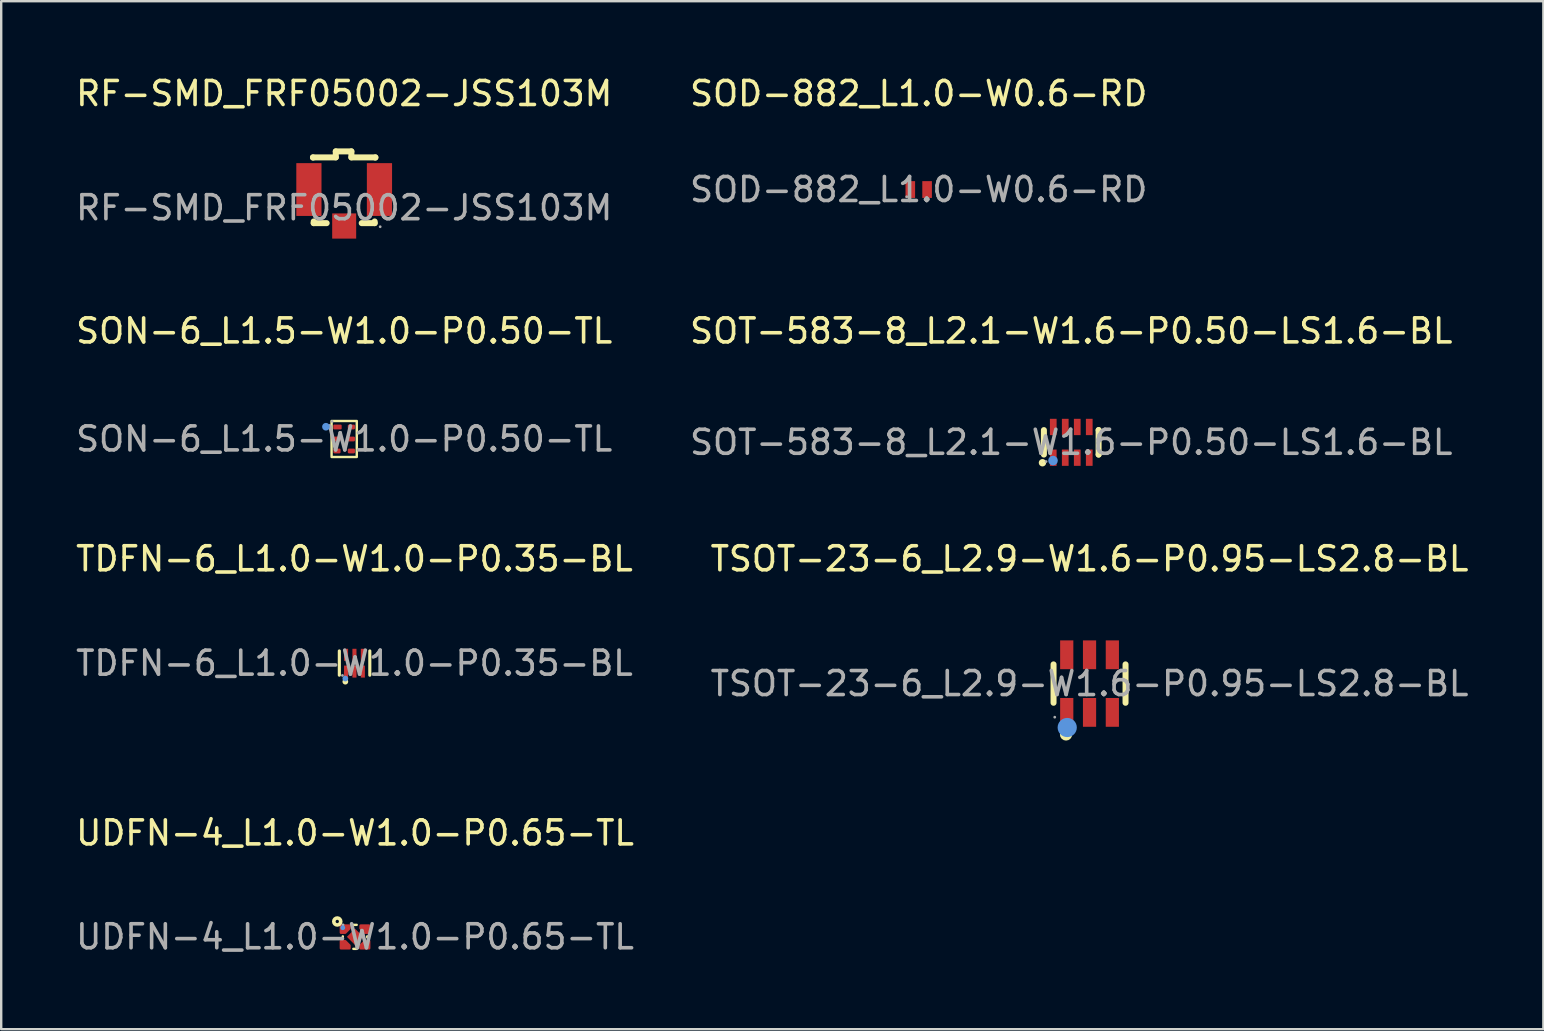
<source format=kicad_pcb>
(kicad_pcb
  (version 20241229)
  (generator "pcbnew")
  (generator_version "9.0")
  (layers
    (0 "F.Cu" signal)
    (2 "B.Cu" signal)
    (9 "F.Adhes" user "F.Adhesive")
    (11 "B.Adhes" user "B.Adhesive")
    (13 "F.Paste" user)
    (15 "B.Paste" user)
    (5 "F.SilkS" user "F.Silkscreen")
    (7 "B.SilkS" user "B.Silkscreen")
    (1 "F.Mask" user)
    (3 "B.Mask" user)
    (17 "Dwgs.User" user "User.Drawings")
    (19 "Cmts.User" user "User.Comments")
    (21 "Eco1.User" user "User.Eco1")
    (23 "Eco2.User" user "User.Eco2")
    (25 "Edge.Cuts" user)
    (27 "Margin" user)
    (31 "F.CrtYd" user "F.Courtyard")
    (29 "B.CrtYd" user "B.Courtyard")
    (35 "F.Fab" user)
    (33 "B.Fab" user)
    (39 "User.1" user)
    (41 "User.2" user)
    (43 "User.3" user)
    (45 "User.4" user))
  (footprint "TDFN-6_L1.0-W1.0-P0.35-BL"
    (layer "F.Cu")
    (at 11.72 24.585)
    (property "Reference" "TDFN-6_L1.0-W1.0-P0.35-BL" (at 0 -4.35 0) (layer "F.SilkS") (effects (font (size 1 1) (thickness 0.15))))
    (attr smd)
    (fp_line (start -0.63 -0.51) (end -0.63 0.5) (stroke (width 0.13) (type solid)) (layer "F.SilkS"))
    (fp_line (start 0.64 -0.51) (end 0.64 0.5) (stroke (width 0.13) (type solid)) (layer "F.SilkS"))
    (fp_circle (center -0.38 0.77) (end -0.32 0.77) (stroke (width 0.12) (type solid)) (fill no) (layer "F.SilkS"))
    (fp_circle (center -0.38 0.64) (end -0.32 0.64) (stroke (width 0.12) (type solid)) (fill no) (layer "Cmts.User"))
    (fp_circle (center -0.5 0.51) (end -0.47 0.51) (stroke (width 0.06) (type solid)) (fill no) (layer "F.Fab"))
    (fp_text user "${REFERENCE}" (at 0 0 0) (layer "F.Fab") (effects (font (size 1 1) (thickness 0.15))))
    (pad "1" smd rect (at -0.35 0.35) (size 0.17 0.5) (layers "F.Cu" "F.Mask" "F.Paste"))
    (pad "2" smd rect (at 0 0.35) (size 0.17 0.5) (layers "F.Cu" "F.Mask" "F.Paste"))
    (pad "3" smd rect (at 0.35 0.35) (size 0.17 0.5) (layers "F.Cu" "F.Mask" "F.Paste"))
    (pad "4" smd rect (at 0.35 -0.35) (size 0.17 0.5) (layers "F.Cu" "F.Mask" "F.Paste"))
    (pad "5" smd rect (at 0 -0.35) (size 0.17 0.5) (layers "F.Cu" "F.Mask" "F.Paste"))
    (pad "6" smd rect (at -0.35 -0.35) (size 0.17 0.5) (layers "F.Cu" "F.Mask" "F.Paste")))
  (footprint "SOT-583-8_L2.1-W1.6-P0.50-LS1.6-BL"
    (layer "F.Cu")
    (at 41.589 15.382)
    (property "Reference" "SOT-583-8_L2.1-W1.6-P0.50-LS1.6-BL" (at 0 -4.64 0) (layer "F.SilkS") (effects (font (size 1 1) (thickness 0.15))))
    (attr smd)
    (fp_line (start -1.14 -0.51) (end -1.14 0.51) (stroke (width 0.25) (type solid)) (layer "F.SilkS"))
    (fp_line (start 1.14 -0.51) (end 1.14 -0.51) (stroke (width 0.25) (type solid)) (layer "F.SilkS"))
    (fp_line (start 1.14 0.51) (end 1.14 -0.51) (stroke (width 0.25) (type solid)) (layer "F.SilkS"))
    (fp_line (start 1.14 0.51) (end 1.14 0.51) (stroke (width 0.25) (type solid)) (layer "F.SilkS"))
    (fp_circle (center -1.2 0.85) (end -1.12 0.85) (stroke (width 0.15) (type solid)) (fill no) (layer "F.SilkS"))
    (fp_circle (center -0.76 0.76) (end -0.66 0.76) (stroke (width 0.2) (type solid)) (fill no) (layer "Cmts.User"))
    (fp_circle (center -1.05 0.8) (end -1.02 0.8) (stroke (width 0.06) (type solid)) (fill no) (layer "F.Fab"))
    (fp_text user "${REFERENCE}" (at 0 0 0) (layer "F.Fab") (effects (font (size 1 1) (thickness 0.15))))
    (pad "1" smd rect (at -0.75 0.64) (size 0.28 0.68) (layers "F.Cu" "F.Mask" "F.Paste"))
    (pad "2" smd rect (at -0.25 0.64) (size 0.28 0.68) (layers "F.Cu" "F.Mask" "F.Paste"))
    (pad "3" smd rect (at 0.25 0.64) (size 0.28 0.68) (layers "F.Cu" "F.Mask" "F.Paste"))
    (pad "4" smd rect (at 0.75 0.64) (size 0.28 0.68) (layers "F.Cu" "F.Mask" "F.Paste"))
    (pad "5" smd rect (at 0.75 -0.64) (size 0.28 0.68) (layers "F.Cu" "F.Mask" "F.Paste"))
    (pad "6" smd rect (at 0.25 -0.64) (size 0.28 0.68) (layers "F.Cu" "F.Mask" "F.Paste"))
    (pad "7" smd rect (at -0.25 -0.64) (size 0.28 0.68) (layers "F.Cu" "F.Mask" "F.Paste"))
    (pad "8" smd rect (at -0.75 -0.64) (size 0.28 0.68) (layers "F.Cu" "F.Mask" "F.Paste")))
  (footprint "RF-SMD_FRF05002-JSS103M"
    (layer "F.Cu")
    (at 11.292 5.608)
    (property "Reference" "RF-SMD_FRF05002-JSS103M" (at 0 -4.76 0) (layer "F.SilkS") (effects (font (size 1 1) (thickness 0.15))))
    (attr smd)
    (fp_line (start -1.3 -2.1) (end -0.35 -2.1) (stroke (width 0.25) (type solid)) (layer "F.SilkS"))
    (fp_line (start -1.3 -2.09) (end -1.3 -2.1) (stroke (width 0.25) (type solid)) (layer "F.SilkS"))
    (fp_line (start -1.27 0.57) (end -1.27 0.64) (stroke (width 0.25) (type solid)) (layer "F.SilkS"))
    (fp_line (start -1.27 0.64) (end -0.73 0.64) (stroke (width 0.25) (type solid)) (layer "F.SilkS"))
    (fp_line (start -0.35 -2.35) (end 0.3 -2.35) (stroke (width 0.25) (type solid)) (layer "F.SilkS"))
    (fp_line (start -0.35 -2.1) (end -0.35 -2.35) (stroke (width 0.25) (type solid)) (layer "F.SilkS"))
    (fp_line (start 0.3 -2.35) (end 0.3 -2.1) (stroke (width 0.25) (type solid)) (layer "F.SilkS"))
    (fp_line (start 0.3 -2.1) (end 1.3 -2.1) (stroke (width 0.25) (type solid)) (layer "F.SilkS"))
    (fp_line (start 0.73 0.64) (end 1.27 0.64) (stroke (width 0.25) (type solid)) (layer "F.SilkS"))
    (fp_line (start 1.27 0.64) (end 1.27 0.57) (stroke (width 0.25) (type solid)) (layer "F.SilkS"))
    (fp_line (start 1.3 -2.1) (end 1.3 -2.09) (stroke (width 0.25) (type solid)) (layer "F.SilkS"))
    (fp_circle (center 1.5 0.79) (end 1.53 0.79) (stroke (width 0.06) (type solid)) (fill no) (layer "F.Fab"))
    (fp_text user "${REFERENCE}" (at 0 0 0) (layer "F.Fab") (effects (font (size 1 1) (thickness 0.15))))
    (pad "1" smd rect (at 0 0.76) (size 1 1.05) (layers "F.Cu" "F.Mask" "F.Paste"))
    (pad "2" smd rect (at -1.47 -0.76) (size 1.05 2.2) (layers "F.Cu" "F.Mask" "F.Paste"))
    (pad "3" smd rect (at 1.47 -0.76) (size 1.05 2.2) (layers "F.Cu" "F.Mask" "F.Paste")))
  (footprint "SOD-882_L1.0-W0.6-RD"
    (layer "F.Cu")
    (at 35.232 4.848)
    (property "Reference" "SOD-882_L1.0-W0.6-RD" (at 0 -4 0) (layer "F.SilkS") (effects (font (size 1 1) (thickness 0.15))))
    (attr through_hole)
    (fp_circle (center -0.5 0.3) (end -0.47 0.3) (stroke (width 0.06) (type solid)) (fill no) (layer "F.Fab"))
    (fp_text user "${REFERENCE}" (at 0 0 0) (layer "F.Fab") (effects (font (size 1 1) (thickness 0.15))))
    (pad "1" smd rect (at -0.35 0) (size 0.4 0.7) (layers "F.Cu" "F.Mask" "F.Paste"))
    (pad "2" smd rect (at 0.35 0) (size 0.4 0.7) (layers "F.Cu" "F.Mask" "F.Paste")))
  (footprint "TSOT-23-6_L2.9-W1.6-P0.95-LS2.8-BL"
    (layer "F.Cu")
    (at 42.351 25.435)
    (property "Reference" "TSOT-23-6_L2.9-W1.6-P0.95-LS2.8-BL" (at 0 -5.2 0) (layer "F.SilkS") (effects (font (size 1 1) (thickness 0.15))))
    (attr smd)
    (fp_line (start -1.5 0.8) (end -1.5 -0.8) (stroke (width 0.25) (type solid)) (layer "F.SilkS"))
    (fp_line (start 1.5 -0.8) (end 1.5 0.8) (stroke (width 0.25) (type solid)) (layer "F.SilkS"))
    (fp_circle (center -0.98 2.12) (end -0.85 2.12) (stroke (width 0.25) (type solid)) (fill no) (layer "F.SilkS"))
    (fp_circle (center -0.93 1.83) (end -0.73 1.83) (stroke (width 0.4) (type solid)) (fill no) (layer "Cmts.User"))
    (fp_circle (center -1.45 1.4) (end -1.42 1.4) (stroke (width 0.06) (type solid)) (fill no) (layer "F.Fab"))
    (fp_text user "${REFERENCE}" (at 0 0 0) (layer "F.Fab") (effects (font (size 1 1) (thickness 0.15))))
    (pad "1" smd rect (at -0.95 1.2) (size 0.55 1.2) (layers "F.Cu" "F.Mask" "F.Paste"))
    (pad "2" smd rect (at 0 1.2) (size 0.55 1.2) (layers "F.Cu" "F.Mask" "F.Paste"))
    (pad "3" smd rect (at 0.95 1.2) (size 0.55 1.2) (layers "F.Cu" "F.Mask" "F.Paste"))
    (pad "4" smd rect (at 0.95 -1.2) (size 0.55 1.2) (layers "F.Cu" "F.Mask" "F.Paste"))
    (pad "5" smd rect (at 0 -1.2) (size 0.55 1.2) (layers "F.Cu" "F.Mask" "F.Paste"))
    (pad "6" smd rect (at -0.95 -1.2) (size 0.55 1.2) (layers "F.Cu" "F.Mask" "F.Paste")))
  (footprint "UDFN-4_L1.0-W1.0-P0.65-TL"
    (layer "F.Cu")
    (at 11.744 35.988)
    (property "Reference" "UDFN-4_L1.0-W1.0-P0.65-TL" (at 0 -4.33 0) (layer "F.SilkS") (effects (font (size 1 1) (thickness 0.15))))
    (attr smd)
    (fp_line (start -0.51 -0.02) (end -0.51 0.02) (stroke (width 0.1) (type solid)) (layer "F.SilkS"))
    (fp_line (start 0.07 -0.5) (end -0.07 -0.5) (stroke (width 0.1) (type solid)) (layer "F.SilkS"))
    (fp_line (start 0.07 0.5) (end -0.07 0.5) (stroke (width 0.1) (type solid)) (layer "F.SilkS"))
    (fp_line (start 0.51 -0.02) (end 0.51 0.02) (stroke (width 0.1) (type solid)) (layer "F.SilkS"))
    (fp_circle (center -0.74 -0.64) (end -0.67 -0.64) (stroke (width 0.15) (type solid)) (fill no) (layer "F.SilkS"))
    (fp_circle (center -0.51 -0.38) (end -0.46 -0.38) (stroke (width 0.1) (type solid)) (fill no) (layer "Cmts.User"))
    (fp_circle (center -0.5 -0.5) (end -0.47 -0.5) (stroke (width 0.06) (type solid)) (fill no) (layer "F.Fab"))
    (fp_text user "${REFERENCE}" (at 0 0 0) (layer "F.Fab") (effects (font (size 1 1) (thickness 0.15))))
    (pad "1" smd custom (at -0.42 -0.33) (size 0.01 0.01) (layers "F.Cu" "F.Mask" "F.Paste") (options (anchor circle)) (primitives (gr_poly (pts (xy 0.19 -0.14) (xy -0.17 -0.14) (xy -0.17 0.16) (xy 0.01 0.16) (xy 0.19 -0.02)) (width 0.1) (fill yes))))
    (pad "2" smd custom (at -0.42 0.32) (size 0.01 0.01) (layers "F.Cu" "F.Mask" "F.Paste") (options (anchor circle)) (primitives (gr_poly (pts (xy 0.19 0.16) (xy -0.17 0.16) (xy -0.17 -0.14) (xy 0.01 -0.14) (xy 0.19 0.04)) (width 0.1) (fill yes))))
    (pad "3" smd custom (at 0.42 0.33) (size 0.01 0.01) (layers "F.Cu" "F.Mask" "F.Paste") (options (anchor circle)) (primitives (gr_poly (pts (xy -0.19 0.15) (xy 0.17 0.15) (xy 0.17 -0.15) (xy -0.01 -0.15) (xy -0.19 0.03)) (width 0.1) (fill yes))))
    (pad "4" smd custom (at 0.42 -0.32) (size 0.01 0.01) (layers "F.Cu" "F.Mask" "F.Paste") (options (anchor circle)) (primitives (gr_poly (pts (xy -0.19 -0.15) (xy 0.17 -0.15) (xy 0.17 0.15) (xy -0.01 0.15) (xy -0.19 -0.03)) (width 0.1) (fill yes))))
    (pad "5" smd rect (at 0 0 315) (size 0.48 0.48) (layers "F.Cu" "F.Mask" "F.Paste")))
  (footprint "SON-6_L1.5-W1.0-P0.50-TL"
    (layer "F.Cu")
    (at 11.292 15.242)
    (property "Reference" "SON-6_L1.5-W1.0-P0.50-TL" (at 0 -4.5 0) (layer "F.SilkS") (effects (font (size 1 1) (thickness 0.15))))
    (attr smd)
    (fp_rect (start -0.525 -0.75) (end 0.525 0.75) (stroke (width 0.1) (type solid)) (fill no) (layer "F.SilkS"))
    (fp_circle (center -0.76 -0.51) (end -0.68 -0.51) (stroke (width 0.16) (type solid)) (fill no) (layer "Cmts.User"))
    (fp_circle (center -0.5 -0.73) (end -0.47 -0.73) (stroke (width 0.06) (type solid)) (fill no) (layer "F.Fab"))
    (fp_text user "${REFERENCE}" (at 0 0 0) (layer "F.Fab") (effects (font (size 1 1) (thickness 0.15))))
    (pad "1" smd roundrect (at -0.28 -0.5) (size 0.35 0.2) (layers "F.Cu" "F.Mask" "F.Paste") (roundrect_rratio 0.2))
    (pad "2" smd roundrect (at -0.3 0) (size 0.3 0.2) (layers "F.Cu" "F.Mask" "F.Paste") (roundrect_rratio 0.25))
    (pad "3" smd roundrect (at -0.3 0.5) (size 0.3 0.2) (layers "F.Cu" "F.Mask" "F.Paste") (roundrect_rratio 0.25))
    (pad "4" smd roundrect (at 0.3 0.5) (size 0.3 0.2) (layers "F.Cu" "F.Mask" "F.Paste") (roundrect_rratio 0.25))
    (pad "5" smd roundrect (at 0.3 0) (size 0.3 0.2) (layers "F.Cu" "F.Mask" "F.Paste") (roundrect_rratio 0.25))
    (pad "6" smd roundrect (at 0.3 -0.5) (size 0.3 0.2) (layers "F.Cu" "F.Mask" "F.Paste") (roundrect_rratio 0.25)))
  (gr_rect
    (start -3 -3)
    (end 61.262 39.836)
    (stroke (width 0.1) (type default))
    (fill no)
    (layer "Edge.Cuts")))
</source>
